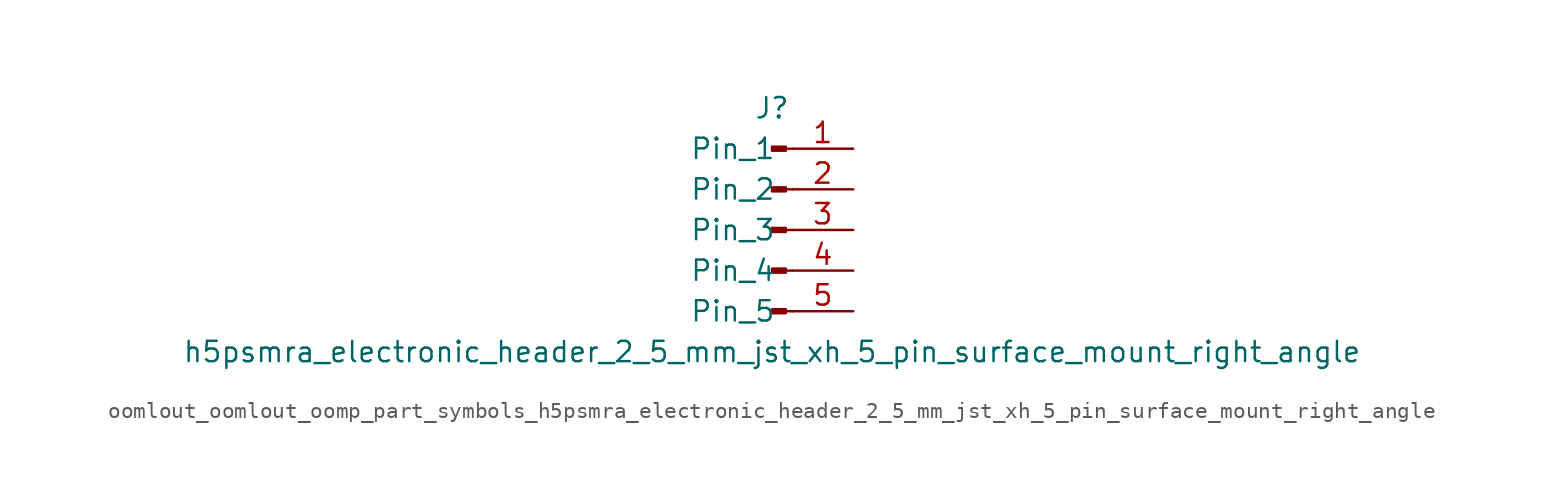
<source format=kicad_sym>
(kicad_symbol_lib
  (version 20220914)
  (generator kicad_symbol_editor)
  (symbol "oomlout_oomlout_oomp_part_symbols_h5psmra_electronic_header_2_5_mm_jst_xh_5_pin_surface_mount_right_angle"
    (pin_names
      (offset 1.016))
    (property "Reference" "J"
      (at 0 7.62 0)
      (effects (font (size 1.27 1.27))))
    (property "Value" "h5psmra_electronic_header_2_5_mm_jst_xh_5_pin_surface_mount_right_angle"
      (at 0 -7.62 0)
      (effects (font (size 1.27 1.27))))
    (property "ki_locked" ""
      (at 0 0 0)
      (effects (font (size 1.27 1.27))))
    (symbol "oomlout_oomlout_oomp_part_symbols_h5psmra_electronic_header_2_5_mm_jst_xh_5_pin_surface_mount_right_angle_1_1"
      (polyline (pts (xy 1.27 -5.08) (xy 0.864 -5.08)) (stroke (width 0.152) (type default)) (fill (type none)))
      (polyline (pts (xy 1.27 -2.54) (xy 0.864 -2.54)) (stroke (width 0.152) (type default)) (fill (type none)))
      (polyline (pts (xy 1.27 0) (xy 0.864 0)) (stroke (width 0.152) (type default)) (fill (type none)))
      (polyline (pts (xy 1.27 2.54) (xy 0.864 2.54)) (stroke (width 0.152) (type default)) (fill (type none)))
      (polyline (pts (xy 1.27 5.08) (xy 0.864 5.08)) (stroke (width 0.152) (type default)) (fill (type none)))
      (rectangle (start 0.864 -4.953) (end 0 -5.207) (stroke (width 0.152) (type default)) (fill (type outline)))
      (rectangle (start 0.864 -2.413) (end 0 -2.667) (stroke (width 0.152) (type default)) (fill (type outline)))
      (rectangle (start 0.864 0.127) (end 0 -0.127) (stroke (width 0.152) (type default)) (fill (type outline)))
      (rectangle (start 0.864 2.667) (end 0 2.413) (stroke (width 0.152) (type default)) (fill (type outline)))
      (rectangle (start 0.864 5.207) (end 0 4.953) (stroke (width 0.152) (type default)) (fill (type outline)))
      (pin passive line (at 5.08 5.08 180) (length 3.81) (name "Pin_1" (effects (font (size 1.27 1.27)))) (number "1" (effects (font (size 1.27 1.27)))))
      (pin passive line (at 5.08 2.54 180) (length 3.81) (name "Pin_2" (effects (font (size 1.27 1.27)))) (number "2" (effects (font (size 1.27 1.27)))))
      (pin passive line (at 5.08 0 180) (length 3.81) (name "Pin_3" (effects (font (size 1.27 1.27)))) (number "3" (effects (font (size 1.27 1.27)))))
      (pin passive line (at 5.08 -2.54 180) (length 3.81) (name "Pin_4" (effects (font (size 1.27 1.27)))) (number "4" (effects (font (size 1.27 1.27)))))
      (pin passive line (at 5.08 -5.08 180) (length 3.81) (name "Pin_5" (effects (font (size 1.27 1.27)))) (number "5" (effects (font (size 1.27 1.27))))))))
</source>
